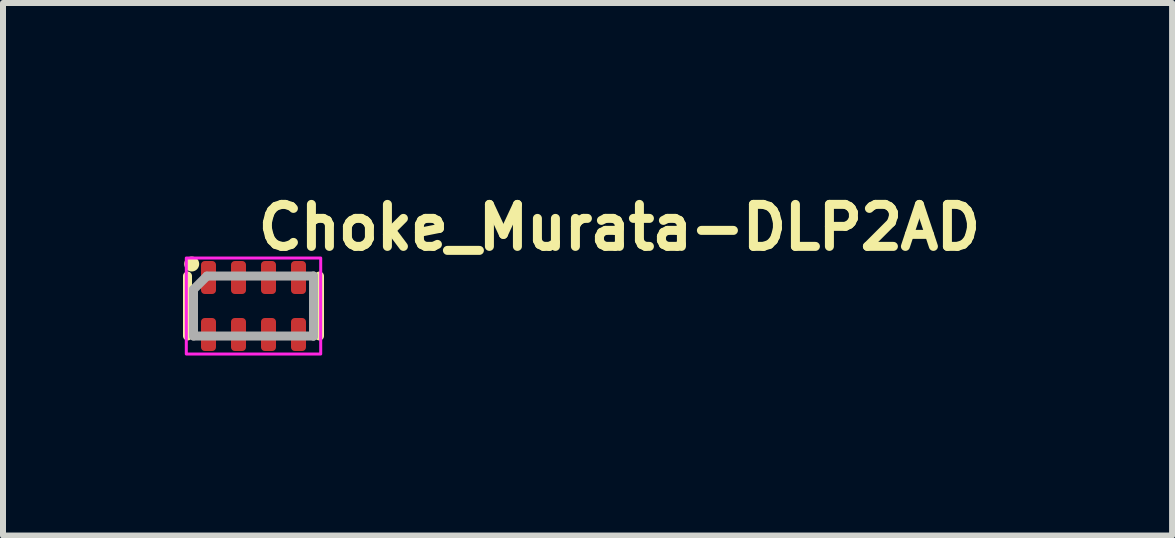
<source format=kicad_pcb>
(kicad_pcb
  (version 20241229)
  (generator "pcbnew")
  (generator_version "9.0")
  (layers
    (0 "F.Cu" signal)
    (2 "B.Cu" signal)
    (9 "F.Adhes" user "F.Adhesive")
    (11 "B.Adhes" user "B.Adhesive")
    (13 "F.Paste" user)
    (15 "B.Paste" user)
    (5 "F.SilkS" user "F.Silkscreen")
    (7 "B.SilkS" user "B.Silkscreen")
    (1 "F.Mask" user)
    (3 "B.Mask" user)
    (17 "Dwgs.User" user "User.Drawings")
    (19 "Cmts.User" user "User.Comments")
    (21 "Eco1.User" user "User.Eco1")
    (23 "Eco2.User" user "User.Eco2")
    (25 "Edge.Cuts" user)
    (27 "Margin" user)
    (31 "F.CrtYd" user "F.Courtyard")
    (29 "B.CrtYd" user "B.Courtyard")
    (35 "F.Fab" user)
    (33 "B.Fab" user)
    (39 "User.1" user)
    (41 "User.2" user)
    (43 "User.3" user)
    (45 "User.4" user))
  (footprint "Choke_Murata-DLP2AD"
    (layer "F.Cu")
    (at 1.175 2.05)
    (property "Reference" "Choke_Murata-DLP2AD" (at 0 -0.9 0) (layer "F.SilkS") (effects (font (size 0.7 0.7) (thickness 0.15)) (justify left bottom)))
    (attr smd)
    (fp_line (start -1.1 -0.5) (end -1.1 0.5) (stroke (width 0.15) (type solid)) (layer "F.SilkS"))
    (fp_line (start 1.1 0.5) (end 1.1 -0.5) (stroke (width 0.15) (type solid)) (layer "F.SilkS"))
    (fp_circle (center -1.03 -0.7) (end -0.98 -0.7) (stroke (width 0.15) (type solid)) (fill yes) (layer "F.SilkS"))
    (fp_rect (start -1.12 -0.8) (end 1.12 0.8) (stroke (width 0.05) (type solid)) (fill no) (layer "F.CrtYd"))
    (fp_line (start -1 -0.275) (end -1 0.5) (stroke (width 0.15) (type default)) (layer "F.Fab"))
    (fp_line (start -1 -0.275) (end -0.778 -0.497) (stroke (width 0.15) (type default)) (layer "F.Fab"))
    (fp_line (start -1 0.5) (end 1 0.5) (stroke (width 0.15) (type default)) (layer "F.Fab"))
    (fp_line (start -0.775 -0.5) (end 1 -0.5) (stroke (width 0.15) (type default)) (layer "F.Fab"))
    (fp_line (start 1 -0.5) (end 1 0.5) (stroke (width 0.15) (type default)) (layer "F.Fab"))
    (fp_line (start 1 0.5) (end 1 0.5) (stroke (width 0.15) (type default)) (layer "F.Fab"))
    (fp_rect (start -1 -0.5) (end 1 0.5) (stroke (width 0.1) (type solid)) (fill no) (layer "User.5"))
    (fp_line (start -1 -0.45) (end -1 -0.45) (stroke (width 0.02) (type solid)) (layer "User.9"))
    (fp_line (start -1 0.45) (end -1 -0.45) (stroke (width 0.02) (type solid)) (layer "User.9"))
    (fp_line (start -1 0.45) (end -1 0.45) (stroke (width 0.02) (type solid)) (layer "User.9"))
    (fp_line (start -0.999 -0.45) (end -1 -0.45) (stroke (width 0.02) (type solid)) (layer "User.9"))
    (fp_line (start -0.999 0.45) (end -1 0.45) (stroke (width 0.02) (type solid)) (layer "User.9"))
    (fp_line (start -0.997 -0.45) (end -0.999 -0.45) (stroke (width 0.02) (type solid)) (layer "User.9"))
    (fp_line (start -0.997 0.45) (end -0.999 0.45) (stroke (width 0.02) (type solid)) (layer "User.9"))
    (fp_line (start -0.996 -0.469) (end -1 -0.45) (stroke (width 0.02) (type solid)) (layer "User.9"))
    (fp_line (start -0.996 0.469) (end -1 0.45) (stroke (width 0.02) (type solid)) (layer "User.9"))
    (fp_line (start -0.995 -0.45) (end -0.997 -0.45) (stroke (width 0.02) (type solid)) (layer "User.9"))
    (fp_line (start -0.995 0.45) (end -0.997 0.45) (stroke (width 0.02) (type solid)) (layer "User.9"))
    (fp_line (start -0.992 -0.45) (end -0.995 -0.45) (stroke (width 0.02) (type solid)) (layer "User.9"))
    (fp_line (start -0.992 0.45) (end -0.995 0.45) (stroke (width 0.02) (type solid)) (layer "User.9"))
    (fp_line (start -0.989 -0.45) (end -0.992 -0.45) (stroke (width 0.02) (type solid)) (layer "User.9"))
    (fp_line (start -0.989 0.45) (end -0.992 0.45) (stroke (width 0.02) (type solid)) (layer "User.9"))
    (fp_line (start -0.985 -0.485) (end -0.996 -0.469) (stroke (width 0.02) (type solid)) (layer "User.9"))
    (fp_line (start -0.985 -0.45) (end -0.989 -0.45) (stroke (width 0.02) (type solid)) (layer "User.9"))
    (fp_line (start -0.985 0.45) (end -0.989 0.45) (stroke (width 0.02) (type solid)) (layer "User.9"))
    (fp_line (start -0.985 0.485) (end -0.996 0.469) (stroke (width 0.02) (type solid)) (layer "User.9"))
    (fp_line (start -0.981 -0.45) (end -0.985 -0.45) (stroke (width 0.02) (type solid)) (layer "User.9"))
    (fp_line (start -0.981 0.45) (end -0.985 0.45) (stroke (width 0.02) (type solid)) (layer "User.9"))
    (fp_line (start -0.977 -0.45) (end -0.981 -0.45) (stroke (width 0.02) (type solid)) (layer "User.9"))
    (fp_line (start -0.977 0.45) (end -0.981 0.45) (stroke (width 0.02) (type solid)) (layer "User.9"))
    (fp_line (start -0.972 -0.45) (end -0.977 -0.45) (stroke (width 0.02) (type solid)) (layer "User.9"))
    (fp_line (start -0.972 0.45) (end -0.977 0.45) (stroke (width 0.02) (type solid)) (layer "User.9"))
    (fp_line (start -0.969 -0.496) (end -0.985 -0.485) (stroke (width 0.02) (type solid)) (layer "User.9"))
    (fp_line (start -0.969 0.496) (end -0.985 0.485) (stroke (width 0.02) (type solid)) (layer "User.9"))
    (fp_line (start -0.967 -0.45) (end -0.972 -0.45) (stroke (width 0.02) (type solid)) (layer "User.9"))
    (fp_line (start -0.967 0.45) (end -0.972 0.45) (stroke (width 0.02) (type solid)) (layer "User.9"))
    (fp_line (start -0.961 -0.45) (end -0.967 -0.45) (stroke (width 0.02) (type solid)) (layer "User.9"))
    (fp_line (start -0.961 0.45) (end -0.967 0.45) (stroke (width 0.02) (type solid)) (layer "User.9"))
    (fp_line (start -0.956 -0.45) (end -0.961 -0.45) (stroke (width 0.02) (type solid)) (layer "User.9"))
    (fp_line (start -0.956 0.45) (end -0.961 0.45) (stroke (width 0.02) (type solid)) (layer "User.9"))
    (fp_line (start -0.95 -0.5) (end -0.969 -0.496) (stroke (width 0.02) (type solid)) (layer "User.9"))
    (fp_line (start -0.95 -0.5) (end -0.95 -0.5) (stroke (width 0.02) (type solid)) (layer "User.9"))
    (fp_line (start -0.95 -0.5) (end -0.875 -0.5) (stroke (width 0.02) (type solid)) (layer "User.9"))
    (fp_line (start -0.95 -0.499) (end -0.95 -0.5) (stroke (width 0.02) (type solid)) (layer "User.9"))
    (fp_line (start -0.95 -0.497) (end -0.95 -0.499) (stroke (width 0.02) (type solid)) (layer "User.9"))
    (fp_line (start -0.95 -0.495) (end -0.95 -0.497) (stroke (width 0.02) (type solid)) (layer "User.9"))
    (fp_line (start -0.95 -0.492) (end -0.95 -0.495) (stroke (width 0.02) (type solid)) (layer "User.9"))
    (fp_line (start -0.95 -0.489) (end -0.95 -0.492) (stroke (width 0.02) (type solid)) (layer "User.9"))
    (fp_line (start -0.95 -0.485) (end -0.95 -0.489) (stroke (width 0.02) (type solid)) (layer "User.9"))
    (fp_line (start -0.95 -0.481) (end -0.95 -0.485) (stroke (width 0.02) (type solid)) (layer "User.9"))
    (fp_line (start -0.95 -0.477) (end -0.95 -0.481) (stroke (width 0.02) (type solid)) (layer "User.9"))
    (fp_line (start -0.95 -0.472) (end -0.95 -0.477) (stroke (width 0.02) (type solid)) (layer "User.9"))
    (fp_line (start -0.95 -0.467) (end -0.95 -0.472) (stroke (width 0.02) (type solid)) (layer "User.9"))
    (fp_line (start -0.95 -0.461) (end -0.95 -0.467) (stroke (width 0.02) (type solid)) (layer "User.9"))
    (fp_line (start -0.95 -0.456) (end -0.95 -0.461) (stroke (width 0.02) (type solid)) (layer "User.9"))
    (fp_line (start -0.95 -0.45) (end -0.956 -0.45) (stroke (width 0.02) (type solid)) (layer "User.9"))
    (fp_line (start -0.95 -0.45) (end -0.95 -0.456) (stroke (width 0.02) (type solid)) (layer "User.9"))
    (fp_line (start -0.95 -0.45) (end -0.95 0.45) (stroke (width 0.02) (type solid)) (layer "User.9"))
    (fp_line (start -0.95 0.45) (end -0.956 0.45) (stroke (width 0.02) (type solid)) (layer "User.9"))
    (fp_line (start -0.95 0.45) (end -0.875 0.45) (stroke (width 0.02) (type solid)) (layer "User.9"))
    (fp_line (start -0.95 0.456) (end -0.95 0.45) (stroke (width 0.02) (type solid)) (layer "User.9"))
    (fp_line (start -0.95 0.461) (end -0.95 0.456) (stroke (width 0.02) (type solid)) (layer "User.9"))
    (fp_line (start -0.95 0.467) (end -0.95 0.461) (stroke (width 0.02) (type solid)) (layer "User.9"))
    (fp_line (start -0.95 0.472) (end -0.95 0.467) (stroke (width 0.02) (type solid)) (layer "User.9"))
    (fp_line (start -0.95 0.477) (end -0.95 0.472) (stroke (width 0.02) (type solid)) (layer "User.9"))
    (fp_line (start -0.95 0.481) (end -0.95 0.477) (stroke (width 0.02) (type solid)) (layer "User.9"))
    (fp_line (start -0.95 0.485) (end -0.95 0.481) (stroke (width 0.02) (type solid)) (layer "User.9"))
    (fp_line (start -0.95 0.489) (end -0.95 0.485) (stroke (width 0.02) (type solid)) (layer "User.9"))
    (fp_line (start -0.95 0.492) (end -0.95 0.489) (stroke (width 0.02) (type solid)) (layer "User.9"))
    (fp_line (start -0.95 0.495) (end -0.95 0.492) (stroke (width 0.02) (type solid)) (layer "User.9"))
    (fp_line (start -0.95 0.497) (end -0.95 0.495) (stroke (width 0.02) (type solid)) (layer "User.9"))
    (fp_line (start -0.95 0.499) (end -0.95 0.497) (stroke (width 0.02) (type solid)) (layer "User.9"))
    (fp_line (start -0.95 0.5) (end -0.969 0.496) (stroke (width 0.02) (type solid)) (layer "User.9"))
    (fp_line (start -0.95 0.5) (end -0.95 0.499) (stroke (width 0.02) (type solid)) (layer "User.9"))
    (fp_line (start -0.95 0.5) (end -0.95 0.5) (stroke (width 0.02) (type solid)) (layer "User.9"))
    (fp_line (start -0.95 0.5) (end -0.875 0.5) (stroke (width 0.02) (type solid)) (layer "User.9"))
    (fp_line (start -0.875 -0.5) (end -0.875 -0.5) (stroke (width 0.02) (type solid)) (layer "User.9"))
    (fp_line (start -0.875 -0.5) (end -0.875 -0.5) (stroke (width 0.02) (type solid)) (layer "User.9"))
    (fp_line (start -0.875 -0.5) (end -0.875 -0.499) (stroke (width 0.02) (type solid)) (layer "User.9"))
    (fp_line (start -0.875 -0.5) (end -0.875 -0.499) (stroke (width 0.02) (type solid)) (layer "User.9"))
    (fp_line (start -0.875 -0.5) (end -0.625 -0.5) (stroke (width 0.02) (type solid)) (layer "User.9"))
    (fp_line (start -0.875 -0.499) (end -0.875 -0.497) (stroke (width 0.02) (type solid)) (layer "User.9"))
    (fp_line (start -0.875 -0.499) (end -0.875 -0.497) (stroke (width 0.02) (type solid)) (layer "User.9"))
    (fp_line (start -0.875 -0.497) (end -0.875 -0.495) (stroke (width 0.02) (type solid)) (layer "User.9"))
    (fp_line (start -0.875 -0.497) (end -0.875 -0.495) (stroke (width 0.02) (type solid)) (layer "User.9"))
    (fp_line (start -0.875 -0.495) (end -0.875 -0.492) (stroke (width 0.02) (type solid)) (layer "User.9"))
    (fp_line (start -0.875 -0.495) (end -0.875 -0.492) (stroke (width 0.02) (type solid)) (layer "User.9"))
    (fp_line (start -0.875 -0.492) (end -0.875 -0.489) (stroke (width 0.02) (type solid)) (layer "User.9"))
    (fp_line (start -0.875 -0.492) (end -0.875 -0.489) (stroke (width 0.02) (type solid)) (layer "User.9"))
    (fp_line (start -0.875 -0.489) (end -0.875 -0.485) (stroke (width 0.02) (type solid)) (layer "User.9"))
    (fp_line (start -0.875 -0.489) (end -0.875 -0.485) (stroke (width 0.02) (type solid)) (layer "User.9"))
    (fp_line (start -0.875 -0.485) (end -0.875 -0.481) (stroke (width 0.02) (type solid)) (layer "User.9"))
    (fp_line (start -0.875 -0.485) (end -0.875 -0.481) (stroke (width 0.02) (type solid)) (layer "User.9"))
    (fp_line (start -0.875 -0.481) (end -0.875 -0.477) (stroke (width 0.02) (type solid)) (layer "User.9"))
    (fp_line (start -0.875 -0.481) (end -0.875 -0.477) (stroke (width 0.02) (type solid)) (layer "User.9"))
    (fp_line (start -0.875 -0.477) (end -0.875 -0.472) (stroke (width 0.02) (type solid)) (layer "User.9"))
    (fp_line (start -0.875 -0.477) (end -0.875 -0.472) (stroke (width 0.02) (type solid)) (layer "User.9"))
    (fp_line (start -0.875 -0.472) (end -0.875 -0.467) (stroke (width 0.02) (type solid)) (layer "User.9"))
    (fp_line (start -0.875 -0.472) (end -0.875 -0.467) (stroke (width 0.02) (type solid)) (layer "User.9"))
    (fp_line (start -0.875 -0.467) (end -0.875 -0.461) (stroke (width 0.02) (type solid)) (layer "User.9"))
    (fp_line (start -0.875 -0.467) (end -0.875 -0.461) (stroke (width 0.02) (type solid)) (layer "User.9"))
    (fp_line (start -0.875 -0.461) (end -0.875 -0.456) (stroke (width 0.02) (type solid)) (layer "User.9"))
    (fp_line (start -0.875 -0.461) (end -0.875 -0.456) (stroke (width 0.02) (type solid)) (layer "User.9"))
    (fp_line (start -0.875 -0.456) (end -0.875 -0.45) (stroke (width 0.02) (type solid)) (layer "User.9"))
    (fp_line (start -0.875 -0.456) (end -0.875 -0.45) (stroke (width 0.02) (type solid)) (layer "User.9"))
    (fp_line (start -0.875 -0.45) (end -0.95 -0.45) (stroke (width 0.02) (type solid)) (layer "User.9"))
    (fp_line (start -0.875 -0.45) (end -0.875 -0.25) (stroke (width 0.02) (type solid)) (layer "User.9"))
    (fp_line (start -0.875 -0.45) (end -0.875 -0.25) (stroke (width 0.02) (type solid)) (layer "User.9"))
    (fp_line (start -0.875 -0.25) (end -0.625 -0.25) (stroke (width 0.02) (type solid)) (layer "User.9"))
    (fp_line (start -0.875 -0.25) (end -0.625 -0.25) (stroke (width 0.02) (type solid)) (layer "User.9"))
    (fp_line (start -0.875 0.25) (end -0.875 0.45) (stroke (width 0.02) (type solid)) (layer "User.9"))
    (fp_line (start -0.875 0.25) (end -0.875 0.45) (stroke (width 0.02) (type solid)) (layer "User.9"))
    (fp_line (start -0.875 0.45) (end -0.875 0.456) (stroke (width 0.02) (type solid)) (layer "User.9"))
    (fp_line (start -0.875 0.45) (end -0.875 0.456) (stroke (width 0.02) (type solid)) (layer "User.9"))
    (fp_line (start -0.875 0.45) (end -0.625 0.45) (stroke (width 0.02) (type solid)) (layer "User.9"))
    (fp_line (start -0.875 0.456) (end -0.875 0.461) (stroke (width 0.02) (type solid)) (layer "User.9"))
    (fp_line (start -0.875 0.456) (end -0.875 0.461) (stroke (width 0.02) (type solid)) (layer "User.9"))
    (fp_line (start -0.875 0.461) (end -0.875 0.467) (stroke (width 0.02) (type solid)) (layer "User.9"))
    (fp_line (start -0.875 0.461) (end -0.875 0.467) (stroke (width 0.02) (type solid)) (layer "User.9"))
    (fp_line (start -0.875 0.467) (end -0.875 0.472) (stroke (width 0.02) (type solid)) (layer "User.9"))
    (fp_line (start -0.875 0.467) (end -0.875 0.472) (stroke (width 0.02) (type solid)) (layer "User.9"))
    (fp_line (start -0.875 0.472) (end -0.875 0.477) (stroke (width 0.02) (type solid)) (layer "User.9"))
    (fp_line (start -0.875 0.472) (end -0.875 0.477) (stroke (width 0.02) (type solid)) (layer "User.9"))
    (fp_line (start -0.875 0.477) (end -0.875 0.481) (stroke (width 0.02) (type solid)) (layer "User.9"))
    (fp_line (start -0.875 0.477) (end -0.875 0.481) (stroke (width 0.02) (type solid)) (layer "User.9"))
    (fp_line (start -0.875 0.481) (end -0.875 0.485) (stroke (width 0.02) (type solid)) (layer "User.9"))
    (fp_line (start -0.875 0.481) (end -0.875 0.485) (stroke (width 0.02) (type solid)) (layer "User.9"))
    (fp_line (start -0.875 0.485) (end -0.875 0.489) (stroke (width 0.02) (type solid)) (layer "User.9"))
    (fp_line (start -0.875 0.485) (end -0.875 0.489) (stroke (width 0.02) (type solid)) (layer "User.9"))
    (fp_line (start -0.875 0.489) (end -0.875 0.492) (stroke (width 0.02) (type solid)) (layer "User.9"))
    (fp_line (start -0.875 0.489) (end -0.875 0.492) (stroke (width 0.02) (type solid)) (layer "User.9"))
    (fp_line (start -0.875 0.492) (end -0.875 0.495) (stroke (width 0.02) (type solid)) (layer "User.9"))
    (fp_line (start -0.875 0.492) (end -0.875 0.495) (stroke (width 0.02) (type solid)) (layer "User.9"))
    (fp_line (start -0.875 0.495) (end -0.875 0.497) (stroke (width 0.02) (type solid)) (layer "User.9"))
    (fp_line (start -0.875 0.495) (end -0.875 0.497) (stroke (width 0.02) (type solid)) (layer "User.9"))
    (fp_line (start -0.875 0.497) (end -0.875 0.499) (stroke (width 0.02) (type solid)) (layer "User.9"))
    (fp_line (start -0.875 0.497) (end -0.875 0.499) (stroke (width 0.02) (type solid)) (layer "User.9"))
    (fp_line (start -0.875 0.499) (end -0.875 0.5) (stroke (width 0.02) (type solid)) (layer "User.9"))
    (fp_line (start -0.875 0.499) (end -0.875 0.5) (stroke (width 0.02) (type solid)) (layer "User.9"))
    (fp_line (start -0.875 0.5) (end -0.95 0.5) (stroke (width 0.02) (type solid)) (layer "User.9"))
    (fp_line (start -0.875 0.5) (end -0.875 0.5) (stroke (width 0.02) (type solid)) (layer "User.9"))
    (fp_line (start -0.875 0.5) (end -0.875 0.5) (stroke (width 0.02) (type solid)) (layer "User.9"))
    (fp_line (start -0.875 0.5) (end -0.625 0.5) (stroke (width 0.02) (type solid)) (layer "User.9"))
    (fp_line (start -0.625 -0.5) (end -0.625 -0.5) (stroke (width 0.02) (type solid)) (layer "User.9"))
    (fp_line (start -0.625 -0.5) (end -0.625 -0.5) (stroke (width 0.02) (type solid)) (layer "User.9"))
    (fp_line (start -0.625 -0.5) (end -0.375 -0.5) (stroke (width 0.02) (type solid)) (layer "User.9"))
    (fp_line (start -0.625 -0.499) (end -0.625 -0.5) (stroke (width 0.02) (type solid)) (layer "User.9"))
    (fp_line (start -0.625 -0.499) (end -0.625 -0.5) (stroke (width 0.02) (type solid)) (layer "User.9"))
    (fp_line (start -0.625 -0.497) (end -0.625 -0.499) (stroke (width 0.02) (type solid)) (layer "User.9"))
    (fp_line (start -0.625 -0.497) (end -0.625 -0.499) (stroke (width 0.02) (type solid)) (layer "User.9"))
    (fp_line (start -0.625 -0.495) (end -0.625 -0.497) (stroke (width 0.02) (type solid)) (layer "User.9"))
    (fp_line (start -0.625 -0.495) (end -0.625 -0.497) (stroke (width 0.02) (type solid)) (layer "User.9"))
    (fp_line (start -0.625 -0.492) (end -0.625 -0.495) (stroke (width 0.02) (type solid)) (layer "User.9"))
    (fp_line (start -0.625 -0.492) (end -0.625 -0.495) (stroke (width 0.02) (type solid)) (layer "User.9"))
    (fp_line (start -0.625 -0.489) (end -0.625 -0.492) (stroke (width 0.02) (type solid)) (layer "User.9"))
    (fp_line (start -0.625 -0.489) (end -0.625 -0.492) (stroke (width 0.02) (type solid)) (layer "User.9"))
    (fp_line (start -0.625 -0.485) (end -0.625 -0.489) (stroke (width 0.02) (type solid)) (layer "User.9"))
    (fp_line (start -0.625 -0.485) (end -0.625 -0.489) (stroke (width 0.02) (type solid)) (layer "User.9"))
    (fp_line (start -0.625 -0.481) (end -0.625 -0.485) (stroke (width 0.02) (type solid)) (layer "User.9"))
    (fp_line (start -0.625 -0.481) (end -0.625 -0.485) (stroke (width 0.02) (type solid)) (layer "User.9"))
    (fp_line (start -0.625 -0.477) (end -0.625 -0.481) (stroke (width 0.02) (type solid)) (layer "User.9"))
    (fp_line (start -0.625 -0.477) (end -0.625 -0.481) (stroke (width 0.02) (type solid)) (layer "User.9"))
    (fp_line (start -0.625 -0.472) (end -0.625 -0.477) (stroke (width 0.02) (type solid)) (layer "User.9"))
    (fp_line (start -0.625 -0.472) (end -0.625 -0.477) (stroke (width 0.02) (type solid)) (layer "User.9"))
    (fp_line (start -0.625 -0.467) (end -0.625 -0.472) (stroke (width 0.02) (type solid)) (layer "User.9"))
    (fp_line (start -0.625 -0.467) (end -0.625 -0.472) (stroke (width 0.02) (type solid)) (layer "User.9"))
    (fp_line (start -0.625 -0.461) (end -0.625 -0.467) (stroke (width 0.02) (type solid)) (layer "User.9"))
    (fp_line (start -0.625 -0.461) (end -0.625 -0.467) (stroke (width 0.02) (type solid)) (layer "User.9"))
    (fp_line (start -0.625 -0.456) (end -0.625 -0.461) (stroke (width 0.02) (type solid)) (layer "User.9"))
    (fp_line (start -0.625 -0.456) (end -0.625 -0.461) (stroke (width 0.02) (type solid)) (layer "User.9"))
    (fp_line (start -0.625 -0.45) (end -0.875 -0.45) (stroke (width 0.02) (type solid)) (layer "User.9"))
    (fp_line (start -0.625 -0.45) (end -0.625 -0.456) (stroke (width 0.02) (type solid)) (layer "User.9"))
    (fp_line (start -0.625 -0.45) (end -0.625 -0.456) (stroke (width 0.02) (type solid)) (layer "User.9"))
    (fp_line (start -0.625 -0.25) (end -0.625 -0.45) (stroke (width 0.02) (type solid)) (layer "User.9"))
    (fp_line (start -0.625 -0.25) (end -0.625 -0.45) (stroke (width 0.02) (type solid)) (layer "User.9"))
    (fp_line (start -0.625 0.25) (end -0.875 0.25) (stroke (width 0.02) (type solid)) (layer "User.9"))
    (fp_line (start -0.625 0.25) (end -0.875 0.25) (stroke (width 0.02) (type solid)) (layer "User.9"))
    (fp_line (start -0.625 0.45) (end -0.625 0.25) (stroke (width 0.02) (type solid)) (layer "User.9"))
    (fp_line (start -0.625 0.45) (end -0.625 0.25) (stroke (width 0.02) (type solid)) (layer "User.9"))
    (fp_line (start -0.625 0.45) (end -0.375 0.45) (stroke (width 0.02) (type solid)) (layer "User.9"))
    (fp_line (start -0.625 0.456) (end -0.625 0.45) (stroke (width 0.02) (type solid)) (layer "User.9"))
    (fp_line (start -0.625 0.456) (end -0.625 0.45) (stroke (width 0.02) (type solid)) (layer "User.9"))
    (fp_line (start -0.625 0.461) (end -0.625 0.456) (stroke (width 0.02) (type solid)) (layer "User.9"))
    (fp_line (start -0.625 0.461) (end -0.625 0.456) (stroke (width 0.02) (type solid)) (layer "User.9"))
    (fp_line (start -0.625 0.467) (end -0.625 0.461) (stroke (width 0.02) (type solid)) (layer "User.9"))
    (fp_line (start -0.625 0.467) (end -0.625 0.461) (stroke (width 0.02) (type solid)) (layer "User.9"))
    (fp_line (start -0.625 0.472) (end -0.625 0.467) (stroke (width 0.02) (type solid)) (layer "User.9"))
    (fp_line (start -0.625 0.472) (end -0.625 0.467) (stroke (width 0.02) (type solid)) (layer "User.9"))
    (fp_line (start -0.625 0.477) (end -0.625 0.472) (stroke (width 0.02) (type solid)) (layer "User.9"))
    (fp_line (start -0.625 0.477) (end -0.625 0.472) (stroke (width 0.02) (type solid)) (layer "User.9"))
    (fp_line (start -0.625 0.481) (end -0.625 0.477) (stroke (width 0.02) (type solid)) (layer "User.9"))
    (fp_line (start -0.625 0.481) (end -0.625 0.477) (stroke (width 0.02) (type solid)) (layer "User.9"))
    (fp_line (start -0.625 0.485) (end -0.625 0.481) (stroke (width 0.02) (type solid)) (layer "User.9"))
    (fp_line (start -0.625 0.485) (end -0.625 0.481) (stroke (width 0.02) (type solid)) (layer "User.9"))
    (fp_line (start -0.625 0.489) (end -0.625 0.485) (stroke (width 0.02) (type solid)) (layer "User.9"))
    (fp_line (start -0.625 0.489) (end -0.625 0.485) (stroke (width 0.02) (type solid)) (layer "User.9"))
    (fp_line (start -0.625 0.492) (end -0.625 0.489) (stroke (width 0.02) (type solid)) (layer "User.9"))
    (fp_line (start -0.625 0.492) (end -0.625 0.489) (stroke (width 0.02) (type solid)) (layer "User.9"))
    (fp_line (start -0.625 0.495) (end -0.625 0.492) (stroke (width 0.02) (type solid)) (layer "User.9"))
    (fp_line (start -0.625 0.495) (end -0.625 0.492) (stroke (width 0.02) (type solid)) (layer "User.9"))
    (fp_line (start -0.625 0.497) (end -0.625 0.495) (stroke (width 0.02) (type solid)) (layer "User.9"))
    (fp_line (start -0.625 0.497) (end -0.625 0.495) (stroke (width 0.02) (type solid)) (layer "User.9"))
    (fp_line (start -0.625 0.499) (end -0.625 0.497) (stroke (width 0.02) (type solid)) (layer "User.9"))
    (fp_line (start -0.625 0.499) (end -0.625 0.497) (stroke (width 0.02) (type solid)) (layer "User.9"))
    (fp_line (start -0.625 0.5) (end -0.875 0.5) (stroke (width 0.02) (type solid)) (layer "User.9"))
    (fp_line (start -0.625 0.5) (end -0.625 0.499) (stroke (width 0.02) (type solid)) (layer "User.9"))
    (fp_line (start -0.625 0.5) (end -0.625 0.499) (stroke (width 0.02) (type solid)) (layer "User.9"))
    (fp_line (start -0.625 0.5) (end -0.625 0.5) (stroke (width 0.02) (type solid)) (layer "User.9"))
    (fp_line (start -0.625 0.5) (end -0.625 0.5) (stroke (width 0.02) (type solid)) (layer "User.9"))
    (fp_line (start -0.625 0.5) (end -0.375 0.5) (stroke (width 0.02) (type solid)) (layer "User.9"))
    (fp_line (start -0.375 -0.5) (end -0.375 -0.5) (stroke (width 0.02) (type solid)) (layer "User.9"))
    (fp_line (start -0.375 -0.5) (end -0.375 -0.5) (stroke (width 0.02) (type solid)) (layer "User.9"))
    (fp_line (start -0.375 -0.5) (end -0.375 -0.499) (stroke (width 0.02) (type solid)) (layer "User.9"))
    (fp_line (start -0.375 -0.5) (end -0.375 -0.499) (stroke (width 0.02) (type solid)) (layer "User.9"))
    (fp_line (start -0.375 -0.5) (end -0.125 -0.5) (stroke (width 0.02) (type solid)) (layer "User.9"))
    (fp_line (start -0.375 -0.499) (end -0.375 -0.497) (stroke (width 0.02) (type solid)) (layer "User.9"))
    (fp_line (start -0.375 -0.499) (end -0.375 -0.497) (stroke (width 0.02) (type solid)) (layer "User.9"))
    (fp_line (start -0.375 -0.497) (end -0.375 -0.495) (stroke (width 0.02) (type solid)) (layer "User.9"))
    (fp_line (start -0.375 -0.497) (end -0.375 -0.495) (stroke (width 0.02) (type solid)) (layer "User.9"))
    (fp_line (start -0.375 -0.495) (end -0.375 -0.492) (stroke (width 0.02) (type solid)) (layer "User.9"))
    (fp_line (start -0.375 -0.495) (end -0.375 -0.492) (stroke (width 0.02) (type solid)) (layer "User.9"))
    (fp_line (start -0.375 -0.492) (end -0.375 -0.489) (stroke (width 0.02) (type solid)) (layer "User.9"))
    (fp_line (start -0.375 -0.492) (end -0.375 -0.489) (stroke (width 0.02) (type solid)) (layer "User.9"))
    (fp_line (start -0.375 -0.489) (end -0.375 -0.485) (stroke (width 0.02) (type solid)) (layer "User.9"))
    (fp_line (start -0.375 -0.489) (end -0.375 -0.485) (stroke (width 0.02) (type solid)) (layer "User.9"))
    (fp_line (start -0.375 -0.485) (end -0.375 -0.481) (stroke (width 0.02) (type solid)) (layer "User.9"))
    (fp_line (start -0.375 -0.485) (end -0.375 -0.481) (stroke (width 0.02) (type solid)) (layer "User.9"))
    (fp_line (start -0.375 -0.481) (end -0.375 -0.477) (stroke (width 0.02) (type solid)) (layer "User.9"))
    (fp_line (start -0.375 -0.481) (end -0.375 -0.477) (stroke (width 0.02) (type solid)) (layer "User.9"))
    (fp_line (start -0.375 -0.477) (end -0.375 -0.472) (stroke (width 0.02) (type solid)) (layer "User.9"))
    (fp_line (start -0.375 -0.477) (end -0.375 -0.472) (stroke (width 0.02) (type solid)) (layer "User.9"))
    (fp_line (start -0.375 -0.472) (end -0.375 -0.467) (stroke (width 0.02) (type solid)) (layer "User.9"))
    (fp_line (start -0.375 -0.472) (end -0.375 -0.467) (stroke (width 0.02) (type solid)) (layer "User.9"))
    (fp_line (start -0.375 -0.467) (end -0.375 -0.461) (stroke (width 0.02) (type solid)) (layer "User.9"))
    (fp_line (start -0.375 -0.467) (end -0.375 -0.461) (stroke (width 0.02) (type solid)) (layer "User.9"))
    (fp_line (start -0.375 -0.461) (end -0.375 -0.456) (stroke (width 0.02) (type solid)) (layer "User.9"))
    (fp_line (start -0.375 -0.461) (end -0.375 -0.456) (stroke (width 0.02) (type solid)) (layer "User.9"))
    (fp_line (start -0.375 -0.456) (end -0.375 -0.45) (stroke (width 0.02) (type solid)) (layer "User.9"))
    (fp_line (start -0.375 -0.456) (end -0.375 -0.45) (stroke (width 0.02) (type solid)) (layer "User.9"))
    (fp_line (start -0.375 -0.45) (end -0.625 -0.45) (stroke (width 0.02) (type solid)) (layer "User.9"))
    (fp_line (start -0.375 -0.45) (end -0.375 -0.25) (stroke (width 0.02) (type solid)) (layer "User.9"))
    (fp_line (start -0.375 -0.45) (end -0.375 -0.25) (stroke (width 0.02) (type solid)) (layer "User.9"))
    (fp_line (start -0.375 -0.25) (end -0.125 -0.25) (stroke (width 0.02) (type solid)) (layer "User.9"))
    (fp_line (start -0.375 -0.25) (end -0.125 -0.25) (stroke (width 0.02) (type solid)) (layer "User.9"))
    (fp_line (start -0.375 0.25) (end -0.375 0.45) (stroke (width 0.02) (type solid)) (layer "User.9"))
    (fp_line (start -0.375 0.25) (end -0.375 0.45) (stroke (width 0.02) (type solid)) (layer "User.9"))
    (fp_line (start -0.375 0.45) (end -0.375 0.456) (stroke (width 0.02) (type solid)) (layer "User.9"))
    (fp_line (start -0.375 0.45) (end -0.375 0.456) (stroke (width 0.02) (type solid)) (layer "User.9"))
    (fp_line (start -0.375 0.45) (end -0.125 0.45) (stroke (width 0.02) (type solid)) (layer "User.9"))
    (fp_line (start -0.375 0.456) (end -0.375 0.461) (stroke (width 0.02) (type solid)) (layer "User.9"))
    (fp_line (start -0.375 0.456) (end -0.375 0.461) (stroke (width 0.02) (type solid)) (layer "User.9"))
    (fp_line (start -0.375 0.461) (end -0.375 0.467) (stroke (width 0.02) (type solid)) (layer "User.9"))
    (fp_line (start -0.375 0.461) (end -0.375 0.467) (stroke (width 0.02) (type solid)) (layer "User.9"))
    (fp_line (start -0.375 0.467) (end -0.375 0.472) (stroke (width 0.02) (type solid)) (layer "User.9"))
    (fp_line (start -0.375 0.467) (end -0.375 0.472) (stroke (width 0.02) (type solid)) (layer "User.9"))
    (fp_line (start -0.375 0.472) (end -0.375 0.477) (stroke (width 0.02) (type solid)) (layer "User.9"))
    (fp_line (start -0.375 0.472) (end -0.375 0.477) (stroke (width 0.02) (type solid)) (layer "User.9"))
    (fp_line (start -0.375 0.477) (end -0.375 0.481) (stroke (width 0.02) (type solid)) (layer "User.9"))
    (fp_line (start -0.375 0.477) (end -0.375 0.481) (stroke (width 0.02) (type solid)) (layer "User.9"))
    (fp_line (start -0.375 0.481) (end -0.375 0.485) (stroke (width 0.02) (type solid)) (layer "User.9"))
    (fp_line (start -0.375 0.481) (end -0.375 0.485) (stroke (width 0.02) (type solid)) (layer "User.9"))
    (fp_line (start -0.375 0.485) (end -0.375 0.489) (stroke (width 0.02) (type solid)) (layer "User.9"))
    (fp_line (start -0.375 0.485) (end -0.375 0.489) (stroke (width 0.02) (type solid)) (layer "User.9"))
    (fp_line (start -0.375 0.489) (end -0.375 0.492) (stroke (width 0.02) (type solid)) (layer "User.9"))
    (fp_line (start -0.375 0.489) (end -0.375 0.492) (stroke (width 0.02) (type solid)) (layer "User.9"))
    (fp_line (start -0.375 0.492) (end -0.375 0.495) (stroke (width 0.02) (type solid)) (layer "User.9"))
    (fp_line (start -0.375 0.492) (end -0.375 0.495) (stroke (width 0.02) (type solid)) (layer "User.9"))
    (fp_line (start -0.375 0.495) (end -0.375 0.497) (stroke (width 0.02) (type solid)) (layer "User.9"))
    (fp_line (start -0.375 0.495) (end -0.375 0.497) (stroke (width 0.02) (type solid)) (layer "User.9"))
    (fp_line (start -0.375 0.497) (end -0.375 0.499) (stroke (width 0.02) (type solid)) (layer "User.9"))
    (fp_line (start -0.375 0.497) (end -0.375 0.499) (stroke (width 0.02) (type solid)) (layer "User.9"))
    (fp_line (start -0.375 0.499) (end -0.375 0.5) (stroke (width 0.02) (type solid)) (layer "User.9"))
    (fp_line (start -0.375 0.499) (end -0.375 0.5) (stroke (width 0.02) (type solid)) (layer "User.9"))
    (fp_line (start -0.375 0.5) (end -0.625 0.5) (stroke (width 0.02) (type solid)) (layer "User.9"))
    (fp_line (start -0.375 0.5) (end -0.375 0.5) (stroke (width 0.02) (type solid)) (layer "User.9"))
    (fp_line (start -0.375 0.5) (end -0.375 0.5) (stroke (width 0.02) (type solid)) (layer "User.9"))
    (fp_line (start -0.375 0.5) (end -0.125 0.5) (stroke (width 0.02) (type solid)) (layer "User.9"))
    (fp_line (start -0.125 -0.5) (end -0.125 -0.5) (stroke (width 0.02) (type solid)) (layer "User.9"))
    (fp_line (start -0.125 -0.5) (end -0.125 -0.5) (stroke (width 0.02) (type solid)) (layer "User.9"))
    (fp_line (start -0.125 -0.5) (end 0.125 -0.5) (stroke (width 0.02) (type solid)) (layer "User.9"))
    (fp_line (start -0.125 -0.499) (end -0.125 -0.5) (stroke (width 0.02) (type solid)) (layer "User.9"))
    (fp_line (start -0.125 -0.499) (end -0.125 -0.5) (stroke (width 0.02) (type solid)) (layer "User.9"))
    (fp_line (start -0.125 -0.497) (end -0.125 -0.499) (stroke (width 0.02) (type solid)) (layer "User.9"))
    (fp_line (start -0.125 -0.497) (end -0.125 -0.499) (stroke (width 0.02) (type solid)) (layer "User.9"))
    (fp_line (start -0.125 -0.495) (end -0.125 -0.497) (stroke (width 0.02) (type solid)) (layer "User.9"))
    (fp_line (start -0.125 -0.495) (end -0.125 -0.497) (stroke (width 0.02) (type solid)) (layer "User.9"))
    (fp_line (start -0.125 -0.492) (end -0.125 -0.495) (stroke (width 0.02) (type solid)) (layer "User.9"))
    (fp_line (start -0.125 -0.492) (end -0.125 -0.495) (stroke (width 0.02) (type solid)) (layer "User.9"))
    (fp_line (start -0.125 -0.489) (end -0.125 -0.492) (stroke (width 0.02) (type solid)) (layer "User.9"))
    (fp_line (start -0.125 -0.489) (end -0.125 -0.492) (stroke (width 0.02) (type solid)) (layer "User.9"))
    (fp_line (start -0.125 -0.485) (end -0.125 -0.489) (stroke (width 0.02) (type solid)) (layer "User.9"))
    (fp_line (start -0.125 -0.485) (end -0.125 -0.489) (stroke (width 0.02) (type solid)) (layer "User.9"))
    (fp_line (start -0.125 -0.481) (end -0.125 -0.485) (stroke (width 0.02) (type solid)) (layer "User.9"))
    (fp_line (start -0.125 -0.481) (end -0.125 -0.485) (stroke (width 0.02) (type solid)) (layer "User.9"))
    (fp_line (start -0.125 -0.477) (end -0.125 -0.481) (stroke (width 0.02) (type solid)) (layer "User.9"))
    (fp_line (start -0.125 -0.477) (end -0.125 -0.481) (stroke (width 0.02) (type solid)) (layer "User.9"))
    (fp_line (start -0.125 -0.472) (end -0.125 -0.477) (stroke (width 0.02) (type solid)) (layer "User.9"))
    (fp_line (start -0.125 -0.472) (end -0.125 -0.477) (stroke (width 0.02) (type solid)) (layer "User.9"))
    (fp_line (start -0.125 -0.467) (end -0.125 -0.472) (stroke (width 0.02) (type solid)) (layer "User.9"))
    (fp_line (start -0.125 -0.467) (end -0.125 -0.472) (stroke (width 0.02) (type solid)) (layer "User.9"))
    (fp_line (start -0.125 -0.461) (end -0.125 -0.467) (stroke (width 0.02) (type solid)) (layer "User.9"))
    (fp_line (start -0.125 -0.461) (end -0.125 -0.467) (stroke (width 0.02) (type solid)) (layer "User.9"))
    (fp_line (start -0.125 -0.456) (end -0.125 -0.461) (stroke (width 0.02) (type solid)) (layer "User.9"))
    (fp_line (start -0.125 -0.456) (end -0.125 -0.461) (stroke (width 0.02) (type solid)) (layer "User.9"))
    (fp_line (start -0.125 -0.45) (end -0.375 -0.45) (stroke (width 0.02) (type solid)) (layer "User.9"))
    (fp_line (start -0.125 -0.45) (end -0.125 -0.456) (stroke (width 0.02) (type solid)) (layer "User.9"))
    (fp_line (start -0.125 -0.45) (end -0.125 -0.456) (stroke (width 0.02) (type solid)) (layer "User.9"))
    (fp_line (start -0.125 -0.25) (end -0.125 -0.45) (stroke (width 0.02) (type solid)) (layer "User.9"))
    (fp_line (start -0.125 -0.25) (end -0.125 -0.45) (stroke (width 0.02) (type solid)) (layer "User.9"))
    (fp_line (start -0.125 0.25) (end -0.375 0.25) (stroke (width 0.02) (type solid)) (layer "User.9"))
    (fp_line (start -0.125 0.25) (end -0.375 0.25) (stroke (width 0.02) (type solid)) (layer "User.9"))
    (fp_line (start -0.125 0.45) (end -0.125 0.25) (stroke (width 0.02) (type solid)) (layer "User.9"))
    (fp_line (start -0.125 0.45) (end -0.125 0.25) (stroke (width 0.02) (type solid)) (layer "User.9"))
    (fp_line (start -0.125 0.45) (end 0.125 0.45) (stroke (width 0.02) (type solid)) (layer "User.9"))
    (fp_line (start -0.125 0.456) (end -0.125 0.45) (stroke (width 0.02) (type solid)) (layer "User.9"))
    (fp_line (start -0.125 0.456) (end -0.125 0.45) (stroke (width 0.02) (type solid)) (layer "User.9"))
    (fp_line (start -0.125 0.461) (end -0.125 0.456) (stroke (width 0.02) (type solid)) (layer "User.9"))
    (fp_line (start -0.125 0.461) (end -0.125 0.456) (stroke (width 0.02) (type solid)) (layer "User.9"))
    (fp_line (start -0.125 0.467) (end -0.125 0.461) (stroke (width 0.02) (type solid)) (layer "User.9"))
    (fp_line (start -0.125 0.467) (end -0.125 0.461) (stroke (width 0.02) (type solid)) (layer "User.9"))
    (fp_line (start -0.125 0.472) (end -0.125 0.467) (stroke (width 0.02) (type solid)) (layer "User.9"))
    (fp_line (start -0.125 0.472) (end -0.125 0.467) (stroke (width 0.02) (type solid)) (layer "User.9"))
    (fp_line (start -0.125 0.477) (end -0.125 0.472) (stroke (width 0.02) (type solid)) (layer "User.9"))
    (fp_line (start -0.125 0.477) (end -0.125 0.472) (stroke (width 0.02) (type solid)) (layer "User.9"))
    (fp_line (start -0.125 0.481) (end -0.125 0.477) (stroke (width 0.02) (type solid)) (layer "User.9"))
    (fp_line (start -0.125 0.481) (end -0.125 0.477) (stroke (width 0.02) (type solid)) (layer "User.9"))
    (fp_line (start -0.125 0.485) (end -0.125 0.481) (stroke (width 0.02) (type solid)) (layer "User.9"))
    (fp_line (start -0.125 0.485) (end -0.125 0.481) (stroke (width 0.02) (type solid)) (layer "User.9"))
    (fp_line (start -0.125 0.489) (end -0.125 0.485) (stroke (width 0.02) (type solid)) (layer "User.9"))
    (fp_line (start -0.125 0.489) (end -0.125 0.485) (stroke (width 0.02) (type solid)) (layer "User.9"))
    (fp_line (start -0.125 0.492) (end -0.125 0.489) (stroke (width 0.02) (type solid)) (layer "User.9"))
    (fp_line (start -0.125 0.492) (end -0.125 0.489) (stroke (width 0.02) (type solid)) (layer "User.9"))
    (fp_line (start -0.125 0.495) (end -0.125 0.492) (stroke (width 0.02) (type solid)) (layer "User.9"))
    (fp_line (start -0.125 0.495) (end -0.125 0.492) (stroke (width 0.02) (type solid)) (layer "User.9"))
    (fp_line (start -0.125 0.497) (end -0.125 0.495) (stroke (width 0.02) (type solid)) (layer "User.9"))
    (fp_line (start -0.125 0.497) (end -0.125 0.495) (stroke (width 0.02) (type solid)) (layer "User.9"))
    (fp_line (start -0.125 0.499) (end -0.125 0.497) (stroke (width 0.02) (type solid)) (layer "User.9"))
    (fp_line (start -0.125 0.499) (end -0.125 0.497) (stroke (width 0.02) (type solid)) (layer "User.9"))
    (fp_line (start -0.125 0.5) (end -0.375 0.5) (stroke (width 0.02) (type solid)) (layer "User.9"))
    (fp_line (start -0.125 0.5) (end -0.125 0.499) (stroke (width 0.02) (type solid)) (layer "User.9"))
    (fp_line (start -0.125 0.5) (end -0.125 0.499) (stroke (width 0.02) (type solid)) (layer "User.9"))
    (fp_line (start -0.125 0.5) (end -0.125 0.5) (stroke (width 0.02) (type solid)) (layer "User.9"))
    (fp_line (start -0.125 0.5) (end -0.125 0.5) (stroke (width 0.02) (type solid)) (layer "User.9"))
    (fp_line (start 0.125 -0.5) (end 0.125 -0.5) (stroke (width 0.02) (type solid)) (layer "User.9"))
    (fp_line (start 0.125 -0.5) (end 0.125 -0.5) (stroke (width 0.02) (type solid)) (layer "User.9"))
    (fp_line (start 0.125 -0.5) (end 0.125 -0.499) (stroke (width 0.02) (type solid)) (layer "User.9"))
    (fp_line (start 0.125 -0.5) (end 0.125 -0.499) (stroke (width 0.02) (type solid)) (layer "User.9"))
    (fp_line (start 0.125 -0.5) (end 0.375 -0.5) (stroke (width 0.02) (type solid)) (layer "User.9"))
    (fp_line (start 0.125 -0.499) (end 0.125 -0.497) (stroke (width 0.02) (type solid)) (layer "User.9"))
    (fp_line (start 0.125 -0.499) (end 0.125 -0.497) (stroke (width 0.02) (type solid)) (layer "User.9"))
    (fp_line (start 0.125 -0.497) (end 0.125 -0.495) (stroke (width 0.02) (type solid)) (layer "User.9"))
    (fp_line (start 0.125 -0.497) (end 0.125 -0.495) (stroke (width 0.02) (type solid)) (layer "User.9"))
    (fp_line (start 0.125 -0.495) (end 0.125 -0.492) (stroke (width 0.02) (type solid)) (layer "User.9"))
    (fp_line (start 0.125 -0.495) (end 0.125 -0.492) (stroke (width 0.02) (type solid)) (layer "User.9"))
    (fp_line (start 0.125 -0.492) (end 0.125 -0.489) (stroke (width 0.02) (type solid)) (layer "User.9"))
    (fp_line (start 0.125 -0.492) (end 0.125 -0.489) (stroke (width 0.02) (type solid)) (layer "User.9"))
    (fp_line (start 0.125 -0.489) (end 0.125 -0.485) (stroke (width 0.02) (type solid)) (layer "User.9"))
    (fp_line (start 0.125 -0.489) (end 0.125 -0.485) (stroke (width 0.02) (type solid)) (layer "User.9"))
    (fp_line (start 0.125 -0.485) (end 0.125 -0.481) (stroke (width 0.02) (type solid)) (layer "User.9"))
    (fp_line (start 0.125 -0.485) (end 0.125 -0.481) (stroke (width 0.02) (type solid)) (layer "User.9"))
    (fp_line (start 0.125 -0.481) (end 0.125 -0.477) (stroke (width 0.02) (type solid)) (layer "User.9"))
    (fp_line (start 0.125 -0.481) (end 0.125 -0.477) (stroke (width 0.02) (type solid)) (layer "User.9"))
    (fp_line (start 0.125 -0.477) (end 0.125 -0.472) (stroke (width 0.02) (type solid)) (layer "User.9"))
    (fp_line (start 0.125 -0.477) (end 0.125 -0.472) (stroke (width 0.02) (type solid)) (layer "User.9"))
    (fp_line (start 0.125 -0.472) (end 0.125 -0.467) (stroke (width 0.02) (type solid)) (layer "User.9"))
    (fp_line (start 0.125 -0.472) (end 0.125 -0.467) (stroke (width 0.02) (type solid)) (layer "User.9"))
    (fp_line (start 0.125 -0.467) (end 0.125 -0.461) (stroke (width 0.02) (type solid)) (layer "User.9"))
    (fp_line (start 0.125 -0.467) (end 0.125 -0.461) (stroke (width 0.02) (type solid)) (layer "User.9"))
    (fp_line (start 0.125 -0.461) (end 0.125 -0.456) (stroke (width 0.02) (type solid)) (layer "User.9"))
    (fp_line (start 0.125 -0.461) (end 0.125 -0.456) (stroke (width 0.02) (type solid)) (layer "User.9"))
    (fp_line (start 0.125 -0.456) (end 0.125 -0.45) (stroke (width 0.02) (type solid)) (layer "User.9"))
    (fp_line (start 0.125 -0.456) (end 0.125 -0.45) (stroke (width 0.02) (type solid)) (layer "User.9"))
    (fp_line (start 0.125 -0.45) (end -0.125 -0.45) (stroke (width 0.02) (type solid)) (layer "User.9"))
    (fp_line (start 0.125 -0.45) (end 0.125 -0.25) (stroke (width 0.02) (type solid)) (layer "User.9"))
    (fp_line (start 0.125 -0.45) (end 0.125 -0.25) (stroke (width 0.02) (type solid)) (layer "User.9"))
    (fp_line (start 0.125 -0.25) (end 0.375 -0.25) (stroke (width 0.02) (type solid)) (layer "User.9"))
    (fp_line (start 0.125 -0.25) (end 0.375 -0.25) (stroke (width 0.02) (type solid)) (layer "User.9"))
    (fp_line (start 0.125 0.25) (end 0.125 0.45) (stroke (width 0.02) (type solid)) (layer "User.9"))
    (fp_line (start 0.125 0.25) (end 0.125 0.45) (stroke (width 0.02) (type solid)) (layer "User.9"))
    (fp_line (start 0.125 0.45) (end 0.125 0.456) (stroke (width 0.02) (type solid)) (layer "User.9"))
    (fp_line (start 0.125 0.45) (end 0.125 0.456) (stroke (width 0.02) (type solid)) (layer "User.9"))
    (fp_line (start 0.125 0.45) (end 0.375 0.45) (stroke (width 0.02) (type solid)) (layer "User.9"))
    (fp_line (start 0.125 0.456) (end 0.125 0.461) (stroke (width 0.02) (type solid)) (layer "User.9"))
    (fp_line (start 0.125 0.456) (end 0.125 0.461) (stroke (width 0.02) (type solid)) (layer "User.9"))
    (fp_line (start 0.125 0.461) (end 0.125 0.467) (stroke (width 0.02) (type solid)) (layer "User.9"))
    (fp_line (start 0.125 0.461) (end 0.125 0.467) (stroke (width 0.02) (type solid)) (layer "User.9"))
    (fp_line (start 0.125 0.467) (end 0.125 0.472) (stroke (width 0.02) (type solid)) (layer "User.9"))
    (fp_line (start 0.125 0.467) (end 0.125 0.472) (stroke (width 0.02) (type solid)) (layer "User.9"))
    (fp_line (start 0.125 0.472) (end 0.125 0.477) (stroke (width 0.02) (type solid)) (layer "User.9"))
    (fp_line (start 0.125 0.472) (end 0.125 0.477) (stroke (width 0.02) (type solid)) (layer "User.9"))
    (fp_line (start 0.125 0.477) (end 0.125 0.481) (stroke (width 0.02) (type solid)) (layer "User.9"))
    (fp_line (start 0.125 0.477) (end 0.125 0.481) (stroke (width 0.02) (type solid)) (layer "User.9"))
    (fp_line (start 0.125 0.481) (end 0.125 0.485) (stroke (width 0.02) (type solid)) (layer "User.9"))
    (fp_line (start 0.125 0.481) (end 0.125 0.485) (stroke (width 0.02) (type solid)) (layer "User.9"))
    (fp_line (start 0.125 0.485) (end 0.125 0.489) (stroke (width 0.02) (type solid)) (layer "User.9"))
    (fp_line (start 0.125 0.485) (end 0.125 0.489) (stroke (width 0.02) (type solid)) (layer "User.9"))
    (fp_line (start 0.125 0.489) (end 0.125 0.492) (stroke (width 0.02) (type solid)) (layer "User.9"))
    (fp_line (start 0.125 0.489) (end 0.125 0.492) (stroke (width 0.02) (type solid)) (layer "User.9"))
    (fp_line (start 0.125 0.492) (end 0.125 0.495) (stroke (width 0.02) (type solid)) (layer "User.9"))
    (fp_line (start 0.125 0.492) (end 0.125 0.495) (stroke (width 0.02) (type solid)) (layer "User.9"))
    (fp_line (start 0.125 0.495) (end 0.125 0.497) (stroke (width 0.02) (type solid)) (layer "User.9"))
    (fp_line (start 0.125 0.495) (end 0.125 0.497) (stroke (width 0.02) (type solid)) (layer "User.9"))
    (fp_line (start 0.125 0.497) (end 0.125 0.499) (stroke (width 0.02) (type solid)) (layer "User.9"))
    (fp_line (start 0.125 0.497) (end 0.125 0.499) (stroke (width 0.02) (type solid)) (layer "User.9"))
    (fp_line (start 0.125 0.499) (end 0.125 0.5) (stroke (width 0.02) (type solid)) (layer "User.9"))
    (fp_line (start 0.125 0.499) (end 0.125 0.5) (stroke (width 0.02) (type solid)) (layer "User.9"))
    (fp_line (start 0.125 0.5) (end -0.125 0.5) (stroke (width 0.02) (type solid)) (layer "User.9"))
    (fp_line (start 0.125 0.5) (end 0.125 0.5) (stroke (width 0.02) (type solid)) (layer "User.9"))
    (fp_line (start 0.125 0.5) (end 0.125 0.5) (stroke (width 0.02) (type solid)) (layer "User.9"))
    (fp_line (start 0.375 -0.5) (end 0.375 -0.5) (stroke (width 0.02) (type solid)) (layer "User.9"))
    (fp_line (start 0.375 -0.5) (end 0.375 -0.5) (stroke (width 0.02) (type solid)) (layer "User.9"))
    (fp_line (start 0.375 -0.5) (end 0.625 -0.5) (stroke (width 0.02) (type solid)) (layer "User.9"))
    (fp_line (start 0.375 -0.499) (end 0.375 -0.5) (stroke (width 0.02) (type solid)) (layer "User.9"))
    (fp_line (start 0.375 -0.499) (end 0.375 -0.5) (stroke (width 0.02) (type solid)) (layer "User.9"))
    (fp_line (start 0.375 -0.497) (end 0.375 -0.499) (stroke (width 0.02) (type solid)) (layer "User.9"))
    (fp_line (start 0.375 -0.497) (end 0.375 -0.499) (stroke (width 0.02) (type solid)) (layer "User.9"))
    (fp_line (start 0.375 -0.495) (end 0.375 -0.497) (stroke (width 0.02) (type solid)) (layer "User.9"))
    (fp_line (start 0.375 -0.495) (end 0.375 -0.497) (stroke (width 0.02) (type solid)) (layer "User.9"))
    (fp_line (start 0.375 -0.492) (end 0.375 -0.495) (stroke (width 0.02) (type solid)) (layer "User.9"))
    (fp_line (start 0.375 -0.492) (end 0.375 -0.495) (stroke (width 0.02) (type solid)) (layer "User.9"))
    (fp_line (start 0.375 -0.489) (end 0.375 -0.492) (stroke (width 0.02) (type solid)) (layer "User.9"))
    (fp_line (start 0.375 -0.489) (end 0.375 -0.492) (stroke (width 0.02) (type solid)) (layer "User.9"))
    (fp_line (start 0.375 -0.485) (end 0.375 -0.489) (stroke (width 0.02) (type solid)) (layer "User.9"))
    (fp_line (start 0.375 -0.485) (end 0.375 -0.489) (stroke (width 0.02) (type solid)) (layer "User.9"))
    (fp_line (start 0.375 -0.481) (end 0.375 -0.485) (stroke (width 0.02) (type solid)) (layer "User.9"))
    (fp_line (start 0.375 -0.481) (end 0.375 -0.485) (stroke (width 0.02) (type solid)) (layer "User.9"))
    (fp_line (start 0.375 -0.477) (end 0.375 -0.481) (stroke (width 0.02) (type solid)) (layer "User.9"))
    (fp_line (start 0.375 -0.477) (end 0.375 -0.481) (stroke (width 0.02) (type solid)) (layer "User.9"))
    (fp_line (start 0.375 -0.472) (end 0.375 -0.477) (stroke (width 0.02) (type solid)) (layer "User.9"))
    (fp_line (start 0.375 -0.472) (end 0.375 -0.477) (stroke (width 0.02) (type solid)) (layer "User.9"))
    (fp_line (start 0.375 -0.467) (end 0.375 -0.472) (stroke (width 0.02) (type solid)) (layer "User.9"))
    (fp_line (start 0.375 -0.467) (end 0.375 -0.472) (stroke (width 0.02) (type solid)) (layer "User.9"))
    (fp_line (start 0.375 -0.461) (end 0.375 -0.467) (stroke (width 0.02) (type solid)) (layer "User.9"))
    (fp_line (start 0.375 -0.461) (end 0.375 -0.467) (stroke (width 0.02) (type solid)) (layer "User.9"))
    (fp_line (start 0.375 -0.456) (end 0.375 -0.461) (stroke (width 0.02) (type solid)) (layer "User.9"))
    (fp_line (start 0.375 -0.456) (end 0.375 -0.461) (stroke (width 0.02) (type solid)) (layer "User.9"))
    (fp_line (start 0.375 -0.45) (end 0.125 -0.45) (stroke (width 0.02) (type solid)) (layer "User.9"))
    (fp_line (start 0.375 -0.45) (end 0.375 -0.456) (stroke (width 0.02) (type solid)) (layer "User.9"))
    (fp_line (start 0.375 -0.45) (end 0.375 -0.456) (stroke (width 0.02) (type solid)) (layer "User.9"))
    (fp_line (start 0.375 -0.25) (end 0.375 -0.45) (stroke (width 0.02) (type solid)) (layer "User.9"))
    (fp_line (start 0.375 -0.25) (end 0.375 -0.45) (stroke (width 0.02) (type solid)) (layer "User.9"))
    (fp_line (start 0.375 0.25) (end 0.125 0.25) (stroke (width 0.02) (type solid)) (layer "User.9"))
    (fp_line (start 0.375 0.25) (end 0.125 0.25) (stroke (width 0.02) (type solid)) (layer "User.9"))
    (fp_line (start 0.375 0.45) (end 0.375 0.25) (stroke (width 0.02) (type solid)) (layer "User.9"))
    (fp_line (start 0.375 0.45) (end 0.375 0.25) (stroke (width 0.02) (type solid)) (layer "User.9"))
    (fp_line (start 0.375 0.45) (end 0.625 0.45) (stroke (width 0.02) (type solid)) (layer "User.9"))
    (fp_line (start 0.375 0.456) (end 0.375 0.45) (stroke (width 0.02) (type solid)) (layer "User.9"))
    (fp_line (start 0.375 0.456) (end 0.375 0.45) (stroke (width 0.02) (type solid)) (layer "User.9"))
    (fp_line (start 0.375 0.461) (end 0.375 0.456) (stroke (width 0.02) (type solid)) (layer "User.9"))
    (fp_line (start 0.375 0.461) (end 0.375 0.456) (stroke (width 0.02) (type solid)) (layer "User.9"))
    (fp_line (start 0.375 0.467) (end 0.375 0.461) (stroke (width 0.02) (type solid)) (layer "User.9"))
    (fp_line (start 0.375 0.467) (end 0.375 0.461) (stroke (width 0.02) (type solid)) (layer "User.9"))
    (fp_line (start 0.375 0.472) (end 0.375 0.467) (stroke (width 0.02) (type solid)) (layer "User.9"))
    (fp_line (start 0.375 0.472) (end 0.375 0.467) (stroke (width 0.02) (type solid)) (layer "User.9"))
    (fp_line (start 0.375 0.477) (end 0.375 0.472) (stroke (width 0.02) (type solid)) (layer "User.9"))
    (fp_line (start 0.375 0.477) (end 0.375 0.472) (stroke (width 0.02) (type solid)) (layer "User.9"))
    (fp_line (start 0.375 0.481) (end 0.375 0.477) (stroke (width 0.02) (type solid)) (layer "User.9"))
    (fp_line (start 0.375 0.481) (end 0.375 0.477) (stroke (width 0.02) (type solid)) (layer "User.9"))
    (fp_line (start 0.375 0.485) (end 0.375 0.481) (stroke (width 0.02) (type solid)) (layer "User.9"))
    (fp_line (start 0.375 0.485) (end 0.375 0.481) (stroke (width 0.02) (type solid)) (layer "User.9"))
    (fp_line (start 0.375 0.489) (end 0.375 0.485) (stroke (width 0.02) (type solid)) (layer "User.9"))
    (fp_line (start 0.375 0.489) (end 0.375 0.485) (stroke (width 0.02) (type solid)) (layer "User.9"))
    (fp_line (start 0.375 0.492) (end 0.375 0.489) (stroke (width 0.02) (type solid)) (layer "User.9"))
    (fp_line (start 0.375 0.492) (end 0.375 0.489) (stroke (width 0.02) (type solid)) (layer "User.9"))
    (fp_line (start 0.375 0.495) (end 0.375 0.492) (stroke (width 0.02) (type solid)) (layer "User.9"))
    (fp_line (start 0.375 0.495) (end 0.375 0.492) (stroke (width 0.02) (type solid)) (layer "User.9"))
    (fp_line (start 0.375 0.497) (end 0.375 0.495) (stroke (width 0.02) (type solid)) (layer "User.9"))
    (fp_line (start 0.375 0.497) (end 0.375 0.495) (stroke (width 0.02) (type solid)) (layer "User.9"))
    (fp_line (start 0.375 0.499) (end 0.375 0.497) (stroke (width 0.02) (type solid)) (layer "User.9"))
    (fp_line (start 0.375 0.499) (end 0.375 0.497) (stroke (width 0.02) (type solid)) (layer "User.9"))
    (fp_line (start 0.375 0.5) (end 0.125 0.5) (stroke (width 0.02) (type solid)) (layer "User.9"))
    (fp_line (start 0.375 0.5) (end 0.375 0.499) (stroke (width 0.02) (type solid)) (layer "User.9"))
    (fp_line (start 0.375 0.5) (end 0.375 0.499) (stroke (width 0.02) (type solid)) (layer "User.9"))
    (fp_line (start 0.375 0.5) (end 0.375 0.5) (stroke (width 0.02) (type solid)) (layer "User.9"))
    (fp_line (start 0.375 0.5) (end 0.375 0.5) (stroke (width 0.02) (type solid)) (layer "User.9"))
    (fp_line (start 0.625 -0.5) (end 0.625 -0.5) (stroke (width 0.02) (type solid)) (layer "User.9"))
    (fp_line (start 0.625 -0.5) (end 0.625 -0.5) (stroke (width 0.02) (type solid)) (layer "User.9"))
    (fp_line (start 0.625 -0.5) (end 0.625 -0.499) (stroke (width 0.02) (type solid)) (layer "User.9"))
    (fp_line (start 0.625 -0.5) (end 0.625 -0.499) (stroke (width 0.02) (type solid)) (layer "User.9"))
    (fp_line (start 0.625 -0.5) (end 0.875 -0.5) (stroke (width 0.02) (type solid)) (layer "User.9"))
    (fp_line (start 0.625 -0.499) (end 0.625 -0.497) (stroke (width 0.02) (type solid)) (layer "User.9"))
    (fp_line (start 0.625 -0.499) (end 0.625 -0.497) (stroke (width 0.02) (type solid)) (layer "User.9"))
    (fp_line (start 0.625 -0.497) (end 0.625 -0.495) (stroke (width 0.02) (type solid)) (layer "User.9"))
    (fp_line (start 0.625 -0.497) (end 0.625 -0.495) (stroke (width 0.02) (type solid)) (layer "User.9"))
    (fp_line (start 0.625 -0.495) (end 0.625 -0.492) (stroke (width 0.02) (type solid)) (layer "User.9"))
    (fp_line (start 0.625 -0.495) (end 0.625 -0.492) (stroke (width 0.02) (type solid)) (layer "User.9"))
    (fp_line (start 0.625 -0.492) (end 0.625 -0.489) (stroke (width 0.02) (type solid)) (layer "User.9"))
    (fp_line (start 0.625 -0.492) (end 0.625 -0.489) (stroke (width 0.02) (type solid)) (layer "User.9"))
    (fp_line (start 0.625 -0.489) (end 0.625 -0.485) (stroke (width 0.02) (type solid)) (layer "User.9"))
    (fp_line (start 0.625 -0.489) (end 0.625 -0.485) (stroke (width 0.02) (type solid)) (layer "User.9"))
    (fp_line (start 0.625 -0.485) (end 0.625 -0.481) (stroke (width 0.02) (type solid)) (layer "User.9"))
    (fp_line (start 0.625 -0.485) (end 0.625 -0.481) (stroke (width 0.02) (type solid)) (layer "User.9"))
    (fp_line (start 0.625 -0.481) (end 0.625 -0.477) (stroke (width 0.02) (type solid)) (layer "User.9"))
    (fp_line (start 0.625 -0.481) (end 0.625 -0.477) (stroke (width 0.02) (type solid)) (layer "User.9"))
    (fp_line (start 0.625 -0.477) (end 0.625 -0.472) (stroke (width 0.02) (type solid)) (layer "User.9"))
    (fp_line (start 0.625 -0.477) (end 0.625 -0.472) (stroke (width 0.02) (type solid)) (layer "User.9"))
    (fp_line (start 0.625 -0.472) (end 0.625 -0.467) (stroke (width 0.02) (type solid)) (layer "User.9"))
    (fp_line (start 0.625 -0.472) (end 0.625 -0.467) (stroke (width 0.02) (type solid)) (layer "User.9"))
    (fp_line (start 0.625 -0.467) (end 0.625 -0.461) (stroke (width 0.02) (type solid)) (layer "User.9"))
    (fp_line (start 0.625 -0.467) (end 0.625 -0.461) (stroke (width 0.02) (type solid)) (layer "User.9"))
    (fp_line (start 0.625 -0.461) (end 0.625 -0.456) (stroke (width 0.02) (type solid)) (layer "User.9"))
    (fp_line (start 0.625 -0.461) (end 0.625 -0.456) (stroke (width 0.02) (type solid)) (layer "User.9"))
    (fp_line (start 0.625 -0.456) (end 0.625 -0.45) (stroke (width 0.02) (type solid)) (layer "User.9"))
    (fp_line (start 0.625 -0.456) (end 0.625 -0.45) (stroke (width 0.02) (type solid)) (layer "User.9"))
    (fp_line (start 0.625 -0.45) (end 0.375 -0.45) (stroke (width 0.02) (type solid)) (layer "User.9"))
    (fp_line (start 0.625 -0.45) (end 0.625 -0.25) (stroke (width 0.02) (type solid)) (layer "User.9"))
    (fp_line (start 0.625 -0.45) (end 0.625 -0.25) (stroke (width 0.02) (type solid)) (layer "User.9"))
    (fp_line (start 0.625 -0.25) (end 0.875 -0.25) (stroke (width 0.02) (type solid)) (layer "User.9"))
    (fp_line (start 0.625 -0.25) (end 0.875 -0.25) (stroke (width 0.02) (type solid)) (layer "User.9"))
    (fp_line (start 0.625 0.25) (end 0.625 0.45) (stroke (width 0.02) (type solid)) (layer "User.9"))
    (fp_line (start 0.625 0.25) (end 0.625 0.45) (stroke (width 0.02) (type solid)) (layer "User.9"))
    (fp_line (start 0.625 0.45) (end 0.625 0.456) (stroke (width 0.02) (type solid)) (layer "User.9"))
    (fp_line (start 0.625 0.45) (end 0.625 0.456) (stroke (width 0.02) (type solid)) (layer "User.9"))
    (fp_line (start 0.625 0.45) (end 0.875 0.45) (stroke (width 0.02) (type solid)) (layer "User.9"))
    (fp_line (start 0.625 0.456) (end 0.625 0.461) (stroke (width 0.02) (type solid)) (layer "User.9"))
    (fp_line (start 0.625 0.456) (end 0.625 0.461) (stroke (width 0.02) (type solid)) (layer "User.9"))
    (fp_line (start 0.625 0.461) (end 0.625 0.467) (stroke (width 0.02) (type solid)) (layer "User.9"))
    (fp_line (start 0.625 0.461) (end 0.625 0.467) (stroke (width 0.02) (type solid)) (layer "User.9"))
    (fp_line (start 0.625 0.467) (end 0.625 0.472) (stroke (width 0.02) (type solid)) (layer "User.9"))
    (fp_line (start 0.625 0.467) (end 0.625 0.472) (stroke (width 0.02) (type solid)) (layer "User.9"))
    (fp_line (start 0.625 0.472) (end 0.625 0.477) (stroke (width 0.02) (type solid)) (layer "User.9"))
    (fp_line (start 0.625 0.472) (end 0.625 0.477) (stroke (width 0.02) (type solid)) (layer "User.9"))
    (fp_line (start 0.625 0.477) (end 0.625 0.481) (stroke (width 0.02) (type solid)) (layer "User.9"))
    (fp_line (start 0.625 0.477) (end 0.625 0.481) (stroke (width 0.02) (type solid)) (layer "User.9"))
    (fp_line (start 0.625 0.481) (end 0.625 0.485) (stroke (width 0.02) (type solid)) (layer "User.9"))
    (fp_line (start 0.625 0.481) (end 0.625 0.485) (stroke (width 0.02) (type solid)) (layer "User.9"))
    (fp_line (start 0.625 0.485) (end 0.625 0.489) (stroke (width 0.02) (type solid)) (layer "User.9"))
    (fp_line (start 0.625 0.485) (end 0.625 0.489) (stroke (width 0.02) (type solid)) (layer "User.9"))
    (fp_line (start 0.625 0.489) (end 0.625 0.492) (stroke (width 0.02) (type solid)) (layer "User.9"))
    (fp_line (start 0.625 0.489) (end 0.625 0.492) (stroke (width 0.02) (type solid)) (layer "User.9"))
    (fp_line (start 0.625 0.492) (end 0.625 0.495) (stroke (width 0.02) (type solid)) (layer "User.9"))
    (fp_line (start 0.625 0.492) (end 0.625 0.495) (stroke (width 0.02) (type solid)) (layer "User.9"))
    (fp_line (start 0.625 0.495) (end 0.625 0.497) (stroke (width 0.02) (type solid)) (layer "User.9"))
    (fp_line (start 0.625 0.495) (end 0.625 0.497) (stroke (width 0.02) (type solid)) (layer "User.9"))
    (fp_line (start 0.625 0.497) (end 0.625 0.499) (stroke (width 0.02) (type solid)) (layer "User.9"))
    (fp_line (start 0.625 0.497) (end 0.625 0.499) (stroke (width 0.02) (type solid)) (layer "User.9"))
    (fp_line (start 0.625 0.499) (end 0.625 0.5) (stroke (width 0.02) (type solid)) (layer "User.9"))
    (fp_line (start 0.625 0.499) (end 0.625 0.5) (stroke (width 0.02) (type solid)) (layer "User.9"))
    (fp_line (start 0.625 0.5) (end 0.375 0.5) (stroke (width 0.02) (type solid)) (layer "User.9"))
    (fp_line (start 0.625 0.5) (end 0.625 0.5) (stroke (width 0.02) (type solid)) (layer "User.9"))
    (fp_line (start 0.625 0.5) (end 0.625 0.5) (stroke (width 0.02) (type solid)) (layer "User.9"))
    (fp_line (start 0.875 -0.5) (end 0.875 -0.5) (stroke (width 0.02) (type solid)) (layer "User.9"))
    (fp_line (start 0.875 -0.5) (end 0.875 -0.5) (stroke (width 0.02) (type solid)) (layer "User.9"))
    (fp_line (start 0.875 -0.5) (end 0.95 -0.5) (stroke (width 0.02) (type solid)) (layer "User.9"))
    (fp_line (start 0.875 -0.499) (end 0.875 -0.5) (stroke (width 0.02) (type solid)) (layer "User.9"))
    (fp_line (start 0.875 -0.499) (end 0.875 -0.5) (stroke (width 0.02) (type solid)) (layer "User.9"))
    (fp_line (start 0.875 -0.497) (end 0.875 -0.499) (stroke (width 0.02) (type solid)) (layer "User.9"))
    (fp_line (start 0.875 -0.497) (end 0.875 -0.499) (stroke (width 0.02) (type solid)) (layer "User.9"))
    (fp_line (start 0.875 -0.495) (end 0.875 -0.497) (stroke (width 0.02) (type solid)) (layer "User.9"))
    (fp_line (start 0.875 -0.495) (end 0.875 -0.497) (stroke (width 0.02) (type solid)) (layer "User.9"))
    (fp_line (start 0.875 -0.492) (end 0.875 -0.495) (stroke (width 0.02) (type solid)) (layer "User.9"))
    (fp_line (start 0.875 -0.492) (end 0.875 -0.495) (stroke (width 0.02) (type solid)) (layer "User.9"))
    (fp_line (start 0.875 -0.489) (end 0.875 -0.492) (stroke (width 0.02) (type solid)) (layer "User.9"))
    (fp_line (start 0.875 -0.489) (end 0.875 -0.492) (stroke (width 0.02) (type solid)) (layer "User.9"))
    (fp_line (start 0.875 -0.485) (end 0.875 -0.489) (stroke (width 0.02) (type solid)) (layer "User.9"))
    (fp_line (start 0.875 -0.485) (end 0.875 -0.489) (stroke (width 0.02) (type solid)) (layer "User.9"))
    (fp_line (start 0.875 -0.481) (end 0.875 -0.485) (stroke (width 0.02) (type solid)) (layer "User.9"))
    (fp_line (start 0.875 -0.481) (end 0.875 -0.485) (stroke (width 0.02) (type solid)) (layer "User.9"))
    (fp_line (start 0.875 -0.477) (end 0.875 -0.481) (stroke (width 0.02) (type solid)) (layer "User.9"))
    (fp_line (start 0.875 -0.477) (end 0.875 -0.481) (stroke (width 0.02) (type solid)) (layer "User.9"))
    (fp_line (start 0.875 -0.472) (end 0.875 -0.477) (stroke (width 0.02) (type solid)) (layer "User.9"))
    (fp_line (start 0.875 -0.472) (end 0.875 -0.477) (stroke (width 0.02) (type solid)) (layer "User.9"))
    (fp_line (start 0.875 -0.467) (end 0.875 -0.472) (stroke (width 0.02) (type solid)) (layer "User.9"))
    (fp_line (start 0.875 -0.467) (end 0.875 -0.472) (stroke (width 0.02) (type solid)) (layer "User.9"))
    (fp_line (start 0.875 -0.461) (end 0.875 -0.467) (stroke (width 0.02) (type solid)) (layer "User.9"))
    (fp_line (start 0.875 -0.461) (end 0.875 -0.467) (stroke (width 0.02) (type solid)) (layer "User.9"))
    (fp_line (start 0.875 -0.456) (end 0.875 -0.461) (stroke (width 0.02) (type solid)) (layer "User.9"))
    (fp_line (start 0.875 -0.456) (end 0.875 -0.461) (stroke (width 0.02) (type solid)) (layer "User.9"))
    (fp_line (start 0.875 -0.45) (end 0.625 -0.45) (stroke (width 0.02) (type solid)) (layer "User.9"))
    (fp_line (start 0.875 -0.45) (end 0.875 -0.456) (stroke (width 0.02) (type solid)) (layer "User.9"))
    (fp_line (start 0.875 -0.45) (end 0.875 -0.456) (stroke (width 0.02) (type solid)) (layer "User.9"))
    (fp_line (start 0.875 -0.25) (end 0.875 -0.45) (stroke (width 0.02) (type solid)) (layer "User.9"))
    (fp_line (start 0.875 -0.25) (end 0.875 -0.45) (stroke (width 0.02) (type solid)) (layer "User.9"))
    (fp_line (start 0.875 0.25) (end 0.625 0.25) (stroke (width 0.02) (type solid)) (layer "User.9"))
    (fp_line (start 0.875 0.25) (end 0.625 0.25) (stroke (width 0.02) (type solid)) (layer "User.9"))
    (fp_line (start 0.875 0.45) (end 0.875 0.25) (stroke (width 0.02) (type solid)) (layer "User.9"))
    (fp_line (start 0.875 0.45) (end 0.875 0.25) (stroke (width 0.02) (type solid)) (layer "User.9"))
    (fp_line (start 0.875 0.45) (end 0.95 0.45) (stroke (width 0.02) (type solid)) (layer "User.9"))
    (fp_line (start 0.875 0.456) (end 0.875 0.45) (stroke (width 0.02) (type solid)) (layer "User.9"))
    (fp_line (start 0.875 0.456) (end 0.875 0.45) (stroke (width 0.02) (type solid)) (layer "User.9"))
    (fp_line (start 0.875 0.461) (end 0.875 0.456) (stroke (width 0.02) (type solid)) (layer "User.9"))
    (fp_line (start 0.875 0.461) (end 0.875 0.456) (stroke (width 0.02) (type solid)) (layer "User.9"))
    (fp_line (start 0.875 0.467) (end 0.875 0.461) (stroke (width 0.02) (type solid)) (layer "User.9"))
    (fp_line (start 0.875 0.467) (end 0.875 0.461) (stroke (width 0.02) (type solid)) (layer "User.9"))
    (fp_line (start 0.875 0.472) (end 0.875 0.467) (stroke (width 0.02) (type solid)) (layer "User.9"))
    (fp_line (start 0.875 0.472) (end 0.875 0.467) (stroke (width 0.02) (type solid)) (layer "User.9"))
    (fp_line (start 0.875 0.477) (end 0.875 0.472) (stroke (width 0.02) (type solid)) (layer "User.9"))
    (fp_line (start 0.875 0.477) (end 0.875 0.472) (stroke (width 0.02) (type solid)) (layer "User.9"))
    (fp_line (start 0.875 0.481) (end 0.875 0.477) (stroke (width 0.02) (type solid)) (layer "User.9"))
    (fp_line (start 0.875 0.481) (end 0.875 0.477) (stroke (width 0.02) (type solid)) (layer "User.9"))
    (fp_line (start 0.875 0.485) (end 0.875 0.481) (stroke (width 0.02) (type solid)) (layer "User.9"))
    (fp_line (start 0.875 0.485) (end 0.875 0.481) (stroke (width 0.02) (type solid)) (layer "User.9"))
    (fp_line (start 0.875 0.489) (end 0.875 0.485) (stroke (width 0.02) (type solid)) (layer "User.9"))
    (fp_line (start 0.875 0.489) (end 0.875 0.485) (stroke (width 0.02) (type solid)) (layer "User.9"))
    (fp_line (start 0.875 0.492) (end 0.875 0.489) (stroke (width 0.02) (type solid)) (layer "User.9"))
    (fp_line (start 0.875 0.492) (end 0.875 0.489) (stroke (width 0.02) (type solid)) (layer "User.9"))
    (fp_line (start 0.875 0.495) (end 0.875 0.492) (stroke (width 0.02) (type solid)) (layer "User.9"))
    (fp_line (start 0.875 0.495) (end 0.875 0.492) (stroke (width 0.02) (type solid)) (layer "User.9"))
    (fp_line (start 0.875 0.497) (end 0.875 0.495) (stroke (width 0.02) (type solid)) (layer "User.9"))
    (fp_line (start 0.875 0.497) (end 0.875 0.495) (stroke (width 0.02) (type solid)) (layer "User.9"))
    (fp_line (start 0.875 0.499) (end 0.875 0.497) (stroke (width 0.02) (type solid)) (layer "User.9"))
    (fp_line (start 0.875 0.499) (end 0.875 0.497) (stroke (width 0.02) (type solid)) (layer "User.9"))
    (fp_line (start 0.875 0.5) (end 0.625 0.5) (stroke (width 0.02) (type solid)) (layer "User.9"))
    (fp_line (start 0.875 0.5) (end 0.875 0.499) (stroke (width 0.02) (type solid)) (layer "User.9"))
    (fp_line (start 0.875 0.5) (end 0.875 0.499) (stroke (width 0.02) (type solid)) (layer "User.9"))
    (fp_line (start 0.875 0.5) (end 0.875 0.5) (stroke (width 0.02) (type solid)) (layer "User.9"))
    (fp_line (start 0.875 0.5) (end 0.875 0.5) (stroke (width 0.02) (type solid)) (layer "User.9"))
    (fp_line (start 0.95 -0.5) (end 0.95 -0.5) (stroke (width 0.02) (type solid)) (layer "User.9"))
    (fp_line (start 0.95 -0.499) (end 0.95 -0.5) (stroke (width 0.02) (type solid)) (layer "User.9"))
    (fp_line (start 0.95 -0.497) (end 0.95 -0.499) (stroke (width 0.02) (type solid)) (layer "User.9"))
    (fp_line (start 0.95 -0.495) (end 0.95 -0.497) (stroke (width 0.02) (type solid)) (layer "User.9"))
    (fp_line (start 0.95 -0.492) (end 0.95 -0.495) (stroke (width 0.02) (type solid)) (layer "User.9"))
    (fp_line (start 0.95 -0.489) (end 0.95 -0.492) (stroke (width 0.02) (type solid)) (layer "User.9"))
    (fp_line (start 0.95 -0.485) (end 0.95 -0.489) (stroke (width 0.02) (type solid)) (layer "User.9"))
    (fp_line (start 0.95 -0.481) (end 0.95 -0.485) (stroke (width 0.02) (type solid)) (layer "User.9"))
    (fp_line (start 0.95 -0.477) (end 0.95 -0.481) (stroke (width 0.02) (type solid)) (layer "User.9"))
    (fp_line (start 0.95 -0.472) (end 0.95 -0.477) (stroke (width 0.02) (type solid)) (layer "User.9"))
    (fp_line (start 0.95 -0.467) (end 0.95 -0.472) (stroke (width 0.02) (type solid)) (layer "User.9"))
    (fp_line (start 0.95 -0.461) (end 0.95 -0.467) (stroke (width 0.02) (type solid)) (layer "User.9"))
    (fp_line (start 0.95 -0.456) (end 0.95 -0.461) (stroke (width 0.02) (type solid)) (layer "User.9"))
    (fp_line (start 0.95 -0.45) (end 0.875 -0.45) (stroke (width 0.02) (type solid)) (layer "User.9"))
    (fp_line (start 0.95 -0.45) (end 0.95 -0.456) (stroke (width 0.02) (type solid)) (layer "User.9"))
    (fp_line (start 0.95 0.45) (end 0.95 -0.45) (stroke (width 0.02) (type solid)) (layer "User.9"))
    (fp_line (start 0.95 0.456) (end 0.95 0.45) (stroke (width 0.02) (type solid)) (layer "User.9"))
    (fp_line (start 0.95 0.461) (end 0.95 0.456) (stroke (width 0.02) (type solid)) (layer "User.9"))
    (fp_line (start 0.95 0.467) (end 0.95 0.461) (stroke (width 0.02) (type solid)) (layer "User.9"))
    (fp_line (start 0.95 0.472) (end 0.95 0.467) (stroke (width 0.02) (type solid)) (layer "User.9"))
    (fp_line (start 0.95 0.477) (end 0.95 0.472) (stroke (width 0.02) (type solid)) (layer "User.9"))
    (fp_line (start 0.95 0.481) (end 0.95 0.477) (stroke (width 0.02) (type solid)) (layer "User.9"))
    (fp_line (start 0.95 0.485) (end 0.95 0.481) (stroke (width 0.02) (type solid)) (layer "User.9"))
    (fp_line (start 0.95 0.489) (end 0.95 0.485) (stroke (width 0.02) (type solid)) (layer "User.9"))
    (fp_line (start 0.95 0.492) (end 0.95 0.489) (stroke (width 0.02) (type solid)) (layer "User.9"))
    (fp_line (start 0.95 0.495) (end 0.95 0.492) (stroke (width 0.02) (type solid)) (layer "User.9"))
    (fp_line (start 0.95 0.497) (end 0.95 0.495) (stroke (width 0.02) (type solid)) (layer "User.9"))
    (fp_line (start 0.95 0.499) (end 0.95 0.497) (stroke (width 0.02) (type solid)) (layer "User.9"))
    (fp_line (start 0.95 0.5) (end 0.875 0.5) (stroke (width 0.02) (type solid)) (layer "User.9"))
    (fp_line (start 0.95 0.5) (end 0.95 0.499) (stroke (width 0.02) (type solid)) (layer "User.9"))
    (fp_line (start 0.95 0.5) (end 0.95 0.5) (stroke (width 0.02) (type solid)) (layer "User.9"))
    (fp_line (start 0.95 0.5) (end 0.969 0.496) (stroke (width 0.02) (type solid)) (layer "User.9"))
    (fp_line (start 0.956 -0.45) (end 0.95 -0.45) (stroke (width 0.02) (type solid)) (layer "User.9"))
    (fp_line (start 0.956 0.45) (end 0.95 0.45) (stroke (width 0.02) (type solid)) (layer "User.9"))
    (fp_line (start 0.961 -0.45) (end 0.956 -0.45) (stroke (width 0.02) (type solid)) (layer "User.9"))
    (fp_line (start 0.961 0.45) (end 0.956 0.45) (stroke (width 0.02) (type solid)) (layer "User.9"))
    (fp_line (start 0.967 -0.45) (end 0.961 -0.45) (stroke (width 0.02) (type solid)) (layer "User.9"))
    (fp_line (start 0.967 0.45) (end 0.961 0.45) (stroke (width 0.02) (type solid)) (layer "User.9"))
    (fp_line (start 0.969 -0.496) (end 0.95 -0.5) (stroke (width 0.02) (type solid)) (layer "User.9"))
    (fp_line (start 0.969 0.496) (end 0.985 0.485) (stroke (width 0.02) (type solid)) (layer "User.9"))
    (fp_line (start 0.972 -0.45) (end 0.967 -0.45) (stroke (width 0.02) (type solid)) (layer "User.9"))
    (fp_line (start 0.972 0.45) (end 0.967 0.45) (stroke (width 0.02) (type solid)) (layer "User.9"))
    (fp_line (start 0.977 -0.45) (end 0.972 -0.45) (stroke (width 0.02) (type solid)) (layer "User.9"))
    (fp_line (start 0.977 0.45) (end 0.972 0.45) (stroke (width 0.02) (type solid)) (layer "User.9"))
    (fp_line (start 0.981 -0.45) (end 0.977 -0.45) (stroke (width 0.02) (type solid)) (layer "User.9"))
    (fp_line (start 0.981 0.45) (end 0.977 0.45) (stroke (width 0.02) (type solid)) (layer "User.9"))
    (fp_line (start 0.985 -0.485) (end 0.969 -0.496) (stroke (width 0.02) (type solid)) (layer "User.9"))
    (fp_line (start 0.985 -0.45) (end 0.981 -0.45) (stroke (width 0.02) (type solid)) (layer "User.9"))
    (fp_line (start 0.985 0.45) (end 0.981 0.45) (stroke (width 0.02) (type solid)) (layer "User.9"))
    (fp_line (start 0.985 0.485) (end 0.996 0.469) (stroke (width 0.02) (type solid)) (layer "User.9"))
    (fp_line (start 0.989 -0.45) (end 0.985 -0.45) (stroke (width 0.02) (type solid)) (layer "User.9"))
    (fp_line (start 0.989 0.45) (end 0.985 0.45) (stroke (width 0.02) (type solid)) (layer "User.9"))
    (fp_line (start 0.992 -0.45) (end 0.989 -0.45) (stroke (width 0.02) (type solid)) (layer "User.9"))
    (fp_line (start 0.992 0.45) (end 0.989 0.45) (stroke (width 0.02) (type solid)) (layer "User.9"))
    (fp_line (start 0.995 -0.45) (end 0.992 -0.45) (stroke (width 0.02) (type solid)) (layer "User.9"))
    (fp_line (start 0.995 0.45) (end 0.992 0.45) (stroke (width 0.02) (type solid)) (layer "User.9"))
    (fp_line (start 0.996 -0.469) (end 0.985 -0.485) (stroke (width 0.02) (type solid)) (layer "User.9"))
    (fp_line (start 0.996 0.469) (end 1 0.45) (stroke (width 0.02) (type solid)) (layer "User.9"))
    (fp_line (start 0.997 -0.45) (end 0.995 -0.45) (stroke (width 0.02) (type solid)) (layer "User.9"))
    (fp_line (start 0.997 0.45) (end 0.995 0.45) (stroke (width 0.02) (type solid)) (layer "User.9"))
    (fp_line (start 0.999 -0.45) (end 0.997 -0.45) (stroke (width 0.02) (type solid)) (layer "User.9"))
    (fp_line (start 0.999 0.45) (end 0.997 0.45) (stroke (width 0.02) (type solid)) (layer "User.9"))
    (fp_line (start 1 -0.45) (end 0.996 -0.469) (stroke (width 0.02) (type solid)) (layer "User.9"))
    (fp_line (start 1 -0.45) (end 0.999 -0.45) (stroke (width 0.02) (type solid)) (layer "User.9"))
    (fp_line (start 1 -0.45) (end 1 -0.45) (stroke (width 0.02) (type solid)) (layer "User.9"))
    (fp_line (start 1 -0.45) (end 1 0.45) (stroke (width 0.02) (type solid)) (layer "User.9"))
    (fp_line (start 1 0.45) (end 0.999 0.45) (stroke (width 0.02) (type solid)) (layer "User.9"))
    (fp_line (start 1 0.45) (end 1 0.45) (stroke (width 0.02) (type solid)) (layer "User.9"))
    (pad "1" smd roundrect (at -0.75 -0.475 90) (size 0.55 0.25) (layers "F.Cu" "F.Mask" "F.Paste") (roundrect_rratio 0.25))
    (pad "2" smd roundrect (at -0.25 -0.475 90) (size 0.55 0.25) (layers "F.Cu" "F.Mask" "F.Paste") (roundrect_rratio 0.25))
    (pad "3" smd roundrect (at 0.25 -0.475 90) (size 0.55 0.25) (layers "F.Cu" "F.Mask" "F.Paste") (roundrect_rratio 0.25))
    (pad "4" smd roundrect (at 0.75 -0.475 90) (size 0.55 0.25) (layers "F.Cu" "F.Mask" "F.Paste") (roundrect_rratio 0.25))
    (pad "5" smd roundrect (at -0.75 0.475 90) (size 0.55 0.25) (layers "F.Cu" "F.Mask" "F.Paste") (roundrect_rratio 0.25))
    (pad "6" smd roundrect (at -0.25 0.475 90) (size 0.55 0.25) (layers "F.Cu" "F.Mask" "F.Paste") (roundrect_rratio 0.25))
    (pad "7" smd roundrect (at 0.25 0.475 90) (size 0.55 0.25) (layers "F.Cu" "F.Mask" "F.Paste") (roundrect_rratio 0.25))
    (pad "8" smd roundrect (at 0.75 0.475 90) (size 0.55 0.25) (layers "F.Cu" "F.Mask" "F.Paste") (roundrect_rratio 0.25)))
  (gr_rect
    (start -3 -3)
    (end 16.485 5.875)
    (stroke (width 0.1) (type default))
    (fill no)
    (layer "Edge.Cuts")))
</source>
